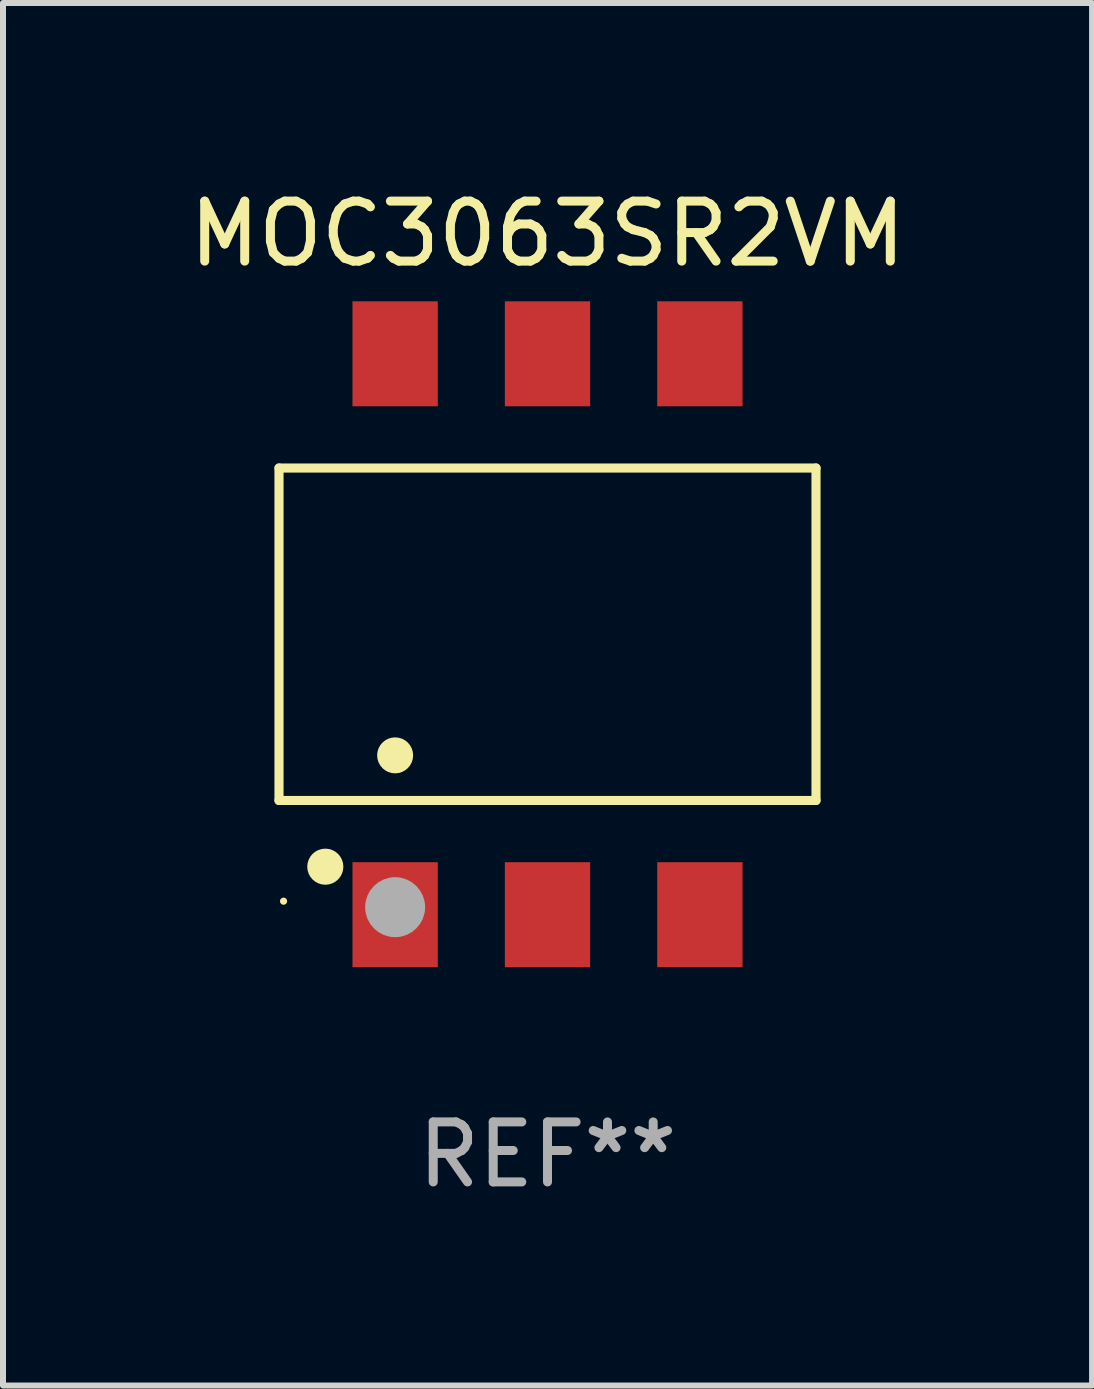
<source format=kicad_pcb>
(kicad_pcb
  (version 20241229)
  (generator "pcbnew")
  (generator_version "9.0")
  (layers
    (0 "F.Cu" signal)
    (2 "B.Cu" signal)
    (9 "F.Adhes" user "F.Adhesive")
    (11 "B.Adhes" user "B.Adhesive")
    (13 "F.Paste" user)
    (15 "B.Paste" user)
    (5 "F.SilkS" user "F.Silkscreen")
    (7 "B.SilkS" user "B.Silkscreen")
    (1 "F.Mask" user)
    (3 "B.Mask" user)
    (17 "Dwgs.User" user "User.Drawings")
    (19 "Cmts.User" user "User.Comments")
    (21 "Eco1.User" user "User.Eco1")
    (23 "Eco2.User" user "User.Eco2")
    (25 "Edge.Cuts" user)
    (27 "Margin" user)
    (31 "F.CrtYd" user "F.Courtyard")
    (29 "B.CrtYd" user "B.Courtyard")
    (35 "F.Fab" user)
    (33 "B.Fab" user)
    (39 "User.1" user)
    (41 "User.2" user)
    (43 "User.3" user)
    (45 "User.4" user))
  (footprint "MOC3063SR2VM"
    (layer "F.Cu")
    (at 6.077 7.523)
    (property "Reference" "MOC3063SR2VM" (at 0 -6.675 0) (layer "F.SilkS") (effects (font (size 1 1) (thickness 0.15))))
    (attr through_hole)
    (fp_line (start -4.476 -2.771) (end 4.476 -2.771) (stroke (width 0.152) (type solid)) (layer "F.SilkS"))
    (fp_line (start -4.476 2.771) (end -4.476 -2.771) (stroke (width 0.152) (type solid)) (layer "F.SilkS"))
    (fp_line (start 4.476 -2.771) (end 4.476 2.771) (stroke (width 0.152) (type solid)) (layer "F.SilkS"))
    (fp_line (start 4.476 2.771) (end -4.476 2.771) (stroke (width 0.152) (type solid)) (layer "F.SilkS"))
    (fp_circle (center -4.4 4.45) (end -4.37 4.45) (stroke (width 0.06) (type solid)) (fill no) (layer "F.SilkS"))
    (fp_circle (center -3.704 3.875) (end -3.553 3.875) (stroke (width 0.3) (type solid)) (fill no) (layer "F.SilkS"))
    (fp_circle (center -2.54 2.019) (end -2.39 2.019) (stroke (width 0.3) (type solid)) (fill no) (layer "F.SilkS"))
    (fp_circle (center -2.54 4.55) (end -2.29 4.55) (stroke (width 0.5) (type solid)) (fill no) (layer "F.Fab"))
    (fp_text user "REF**" (at 0 8.675 0) (layer "F.Fab") (effects (font (size 1 1) (thickness 0.15))))
    (pad "1" smd rect (at -2.54 4.675) (size 1.422 1.75) (layers "F.Cu" "F.Mask" "F.Paste"))
    (pad "2" smd rect (at 0 4.675) (size 1.422 1.75) (layers "F.Cu" "F.Mask" "F.Paste"))
    (pad "3" smd rect (at 2.54 4.675) (size 1.422 1.75) (layers "F.Cu" "F.Mask" "F.Paste"))
    (pad "4" smd rect (at 2.54 -4.675) (size 1.422 1.75) (layers "F.Cu" "F.Mask" "F.Paste"))
    (pad "5" smd rect (at 0 -4.675) (size 1.422 1.75) (layers "F.Cu" "F.Mask" "F.Paste"))
    (pad "6" smd rect (at -2.54 -4.675) (size 1.422 1.75) (layers "F.Cu" "F.Mask" "F.Paste")))
  (gr_rect
    (start -3 -3)
    (end 15.155 20.047)
    (stroke (width 0.1) (type default))
    (fill no)
    (layer "Edge.Cuts")))
</source>
